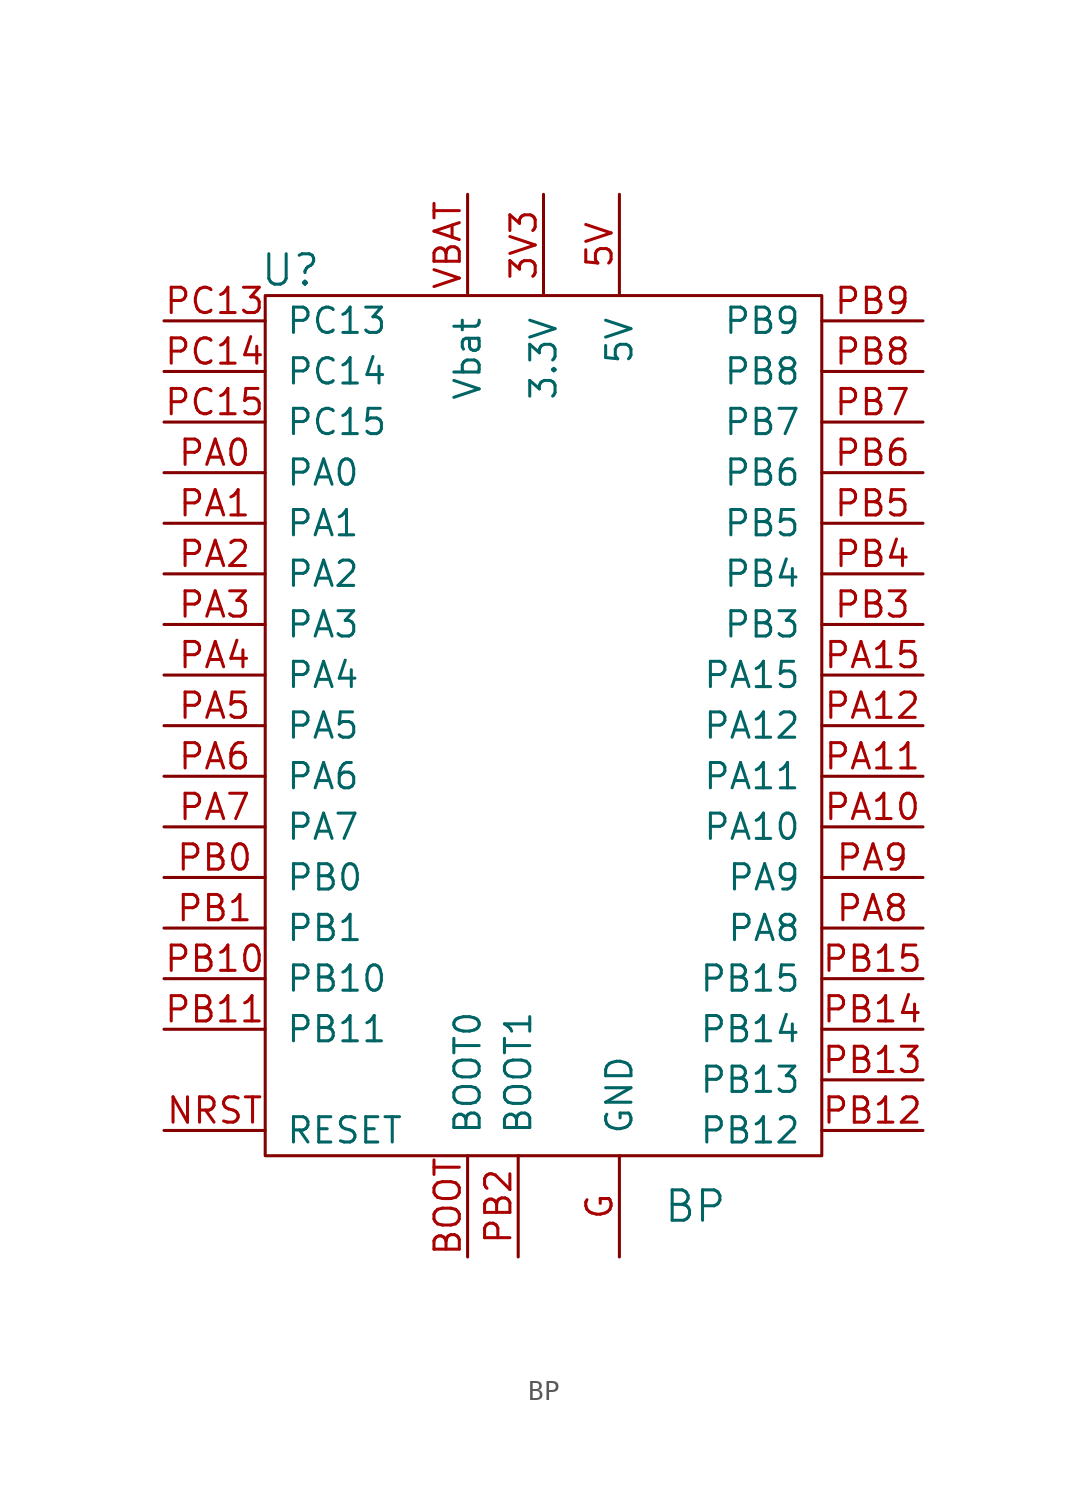
<source format=kicad_sym>
(kicad_symbol_lib
  (version 20220914)
  (generator kicad_symbol_editor)
  (symbol "BP"
    (pin_names
      (offset 1.016))
    (property "Reference" "U"
      (at -12.7 22.86 0)
      (effects (font (size 1.524 1.524))))
    (property "Value" "BP"
      (at 7.62 -24.13 0)
      (effects (font (size 1.524 1.524))))
    (symbol "BP_0_1"
      (rectangle (start -13.97 21.59) (end 13.97 -21.59) (stroke (width 0) (type solid)) (fill (type none))))
    (symbol "BP_1_1"
      (pin power_out line (at 0 26.67 270) (length 5.08) (name "3.3V" (effects (font (size 1.27 1.27)))) (number "3V3" (effects (font (size 1.27 1.27)))))
      (pin power_out line (at 3.81 26.67 270) (length 5.08) (name "5V" (effects (font (size 1.27 1.27)))) (number "5V" (effects (font (size 1.27 1.27)))))
      (pin input line (at -3.81 -26.67 90) (length 5.08) (name "BOOT0" (effects (font (size 1.27 1.27)))) (number "BOOT" (effects (font (size 1.27 1.27)))))
      (pin power_out line (at 3.81 -26.67 90) (length 5.08) (name "GND" (effects (font (size 1.27 1.27)))) (number "G" (effects (font (size 1.27 1.27)))))
      (pin input line (at -19.05 -20.32 0) (length 5.08) (name "RESET" (effects (font (size 1.27 1.27)))) (number "NRST" (effects (font (size 1.27 1.27)))))
      (pin bidirectional line (at -19.05 12.7 0) (length 5.08) (name "PA0" (effects (font (size 1.27 1.27)))) (number "PA0" (effects (font (size 1.27 1.27)))))
      (pin bidirectional line (at -19.05 10.16 0) (length 5.08) (name "PA1" (effects (font (size 1.27 1.27)))) (number "PA1" (effects (font (size 1.27 1.27)))))
      (pin bidirectional line (at 19.05 -5.08 180) (length 5.08) (name "PA10" (effects (font (size 1.27 1.27)))) (number "PA10" (effects (font (size 1.27 1.27)))))
      (pin bidirectional line (at 19.05 -2.54 180) (length 5.08) (name "PA11" (effects (font (size 1.27 1.27)))) (number "PA11" (effects (font (size 1.27 1.27)))))
      (pin bidirectional line (at 19.05 0 180) (length 5.08) (name "PA12" (effects (font (size 1.27 1.27)))) (number "PA12" (effects (font (size 1.27 1.27)))))
      (pin bidirectional line (at 19.05 2.54 180) (length 5.08) (name "PA15" (effects (font (size 1.27 1.27)))) (number "PA15" (effects (font (size 1.27 1.27)))))
      (pin bidirectional line (at -19.05 7.62 0) (length 5.08) (name "PA2" (effects (font (size 1.27 1.27)))) (number "PA2" (effects (font (size 1.27 1.27)))))
      (pin bidirectional line (at -19.05 5.08 0) (length 5.08) (name "PA3" (effects (font (size 1.27 1.27)))) (number "PA3" (effects (font (size 1.27 1.27)))))
      (pin bidirectional line (at -19.05 2.54 0) (length 5.08) (name "PA4" (effects (font (size 1.27 1.27)))) (number "PA4" (effects (font (size 1.27 1.27)))))
      (pin bidirectional line (at -19.05 0 0) (length 5.08) (name "PA5" (effects (font (size 1.27 1.27)))) (number "PA5" (effects (font (size 1.27 1.27)))))
      (pin bidirectional line (at -19.05 -2.54 0) (length 5.08) (name "PA6" (effects (font (size 1.27 1.27)))) (number "PA6" (effects (font (size 1.27 1.27)))))
      (pin bidirectional line (at -19.05 -5.08 0) (length 5.08) (name "PA7" (effects (font (size 1.27 1.27)))) (number "PA7" (effects (font (size 1.27 1.27)))))
      (pin bidirectional line (at 19.05 -10.16 180) (length 5.08) (name "PA8" (effects (font (size 1.27 1.27)))) (number "PA8" (effects (font (size 1.27 1.27)))))
      (pin bidirectional line (at 19.05 -7.62 180) (length 5.08) (name "PA9" (effects (font (size 1.27 1.27)))) (number "PA9" (effects (font (size 1.27 1.27)))))
      (pin bidirectional line (at -19.05 -7.62 0) (length 5.08) (name "PB0" (effects (font (size 1.27 1.27)))) (number "PB0" (effects (font (size 1.27 1.27)))))
      (pin bidirectional line (at -19.05 -10.16 0) (length 5.08) (name "PB1" (effects (font (size 1.27 1.27)))) (number "PB1" (effects (font (size 1.27 1.27)))))
      (pin bidirectional line (at -19.05 -12.7 0) (length 5.08) (name "PB10" (effects (font (size 1.27 1.27)))) (number "PB10" (effects (font (size 1.27 1.27)))))
      (pin bidirectional line (at -19.05 -15.24 0) (length 5.08) (name "PB11" (effects (font (size 1.27 1.27)))) (number "PB11" (effects (font (size 1.27 1.27)))))
      (pin bidirectional line (at 19.05 -20.32 180) (length 5.08) (name "PB12" (effects (font (size 1.27 1.27)))) (number "PB12" (effects (font (size 1.27 1.27)))))
      (pin bidirectional line (at 19.05 -17.78 180) (length 5.08) (name "PB13" (effects (font (size 1.27 1.27)))) (number "PB13" (effects (font (size 1.27 1.27)))))
      (pin bidirectional line (at 19.05 -15.24 180) (length 5.08) (name "PB14" (effects (font (size 1.27 1.27)))) (number "PB14" (effects (font (size 1.27 1.27)))))
      (pin bidirectional line (at 19.05 -12.7 180) (length 5.08) (name "PB15" (effects (font (size 1.27 1.27)))) (number "PB15" (effects (font (size 1.27 1.27)))))
      (pin input line (at -1.27 -26.67 90) (length 5.08) (name "BOOT1" (effects (font (size 1.27 1.27)))) (number "PB2" (effects (font (size 1.27 1.27)))))
      (pin bidirectional line (at 19.05 5.08 180) (length 5.08) (name "PB3" (effects (font (size 1.27 1.27)))) (number "PB3" (effects (font (size 1.27 1.27)))))
      (pin bidirectional line (at 19.05 7.62 180) (length 5.08) (name "PB4" (effects (font (size 1.27 1.27)))) (number "PB4" (effects (font (size 1.27 1.27)))))
      (pin bidirectional line (at 19.05 10.16 180) (length 5.08) (name "PB5" (effects (font (size 1.27 1.27)))) (number "PB5" (effects (font (size 1.27 1.27)))))
      (pin bidirectional line (at 19.05 12.7 180) (length 5.08) (name "PB6" (effects (font (size 1.27 1.27)))) (number "PB6" (effects (font (size 1.27 1.27)))))
      (pin bidirectional line (at 19.05 15.24 180) (length 5.08) (name "PB7" (effects (font (size 1.27 1.27)))) (number "PB7" (effects (font (size 1.27 1.27)))))
      (pin bidirectional line (at 19.05 17.78 180) (length 5.08) (name "PB8" (effects (font (size 1.27 1.27)))) (number "PB8" (effects (font (size 1.27 1.27)))))
      (pin bidirectional line (at 19.05 20.32 180) (length 5.08) (name "PB9" (effects (font (size 1.27 1.27)))) (number "PB9" (effects (font (size 1.27 1.27)))))
      (pin bidirectional line (at -19.05 20.32 0) (length 5.08) (name "PC13" (effects (font (size 1.27 1.27)))) (number "PC13" (effects (font (size 1.27 1.27)))))
      (pin bidirectional line (at -19.05 17.78 0) (length 5.08) (name "PC14" (effects (font (size 1.27 1.27)))) (number "PC14" (effects (font (size 1.27 1.27)))))
      (pin bidirectional line (at -19.05 15.24 0) (length 5.08) (name "PC15" (effects (font (size 1.27 1.27)))) (number "PC15" (effects (font (size 1.27 1.27)))))
      (pin power_in line (at -3.81 26.67 270) (length 5.08) (name "Vbat" (effects (font (size 1.27 1.27)))) (number "VBAT" (effects (font (size 1.27 1.27))))))))
</source>
